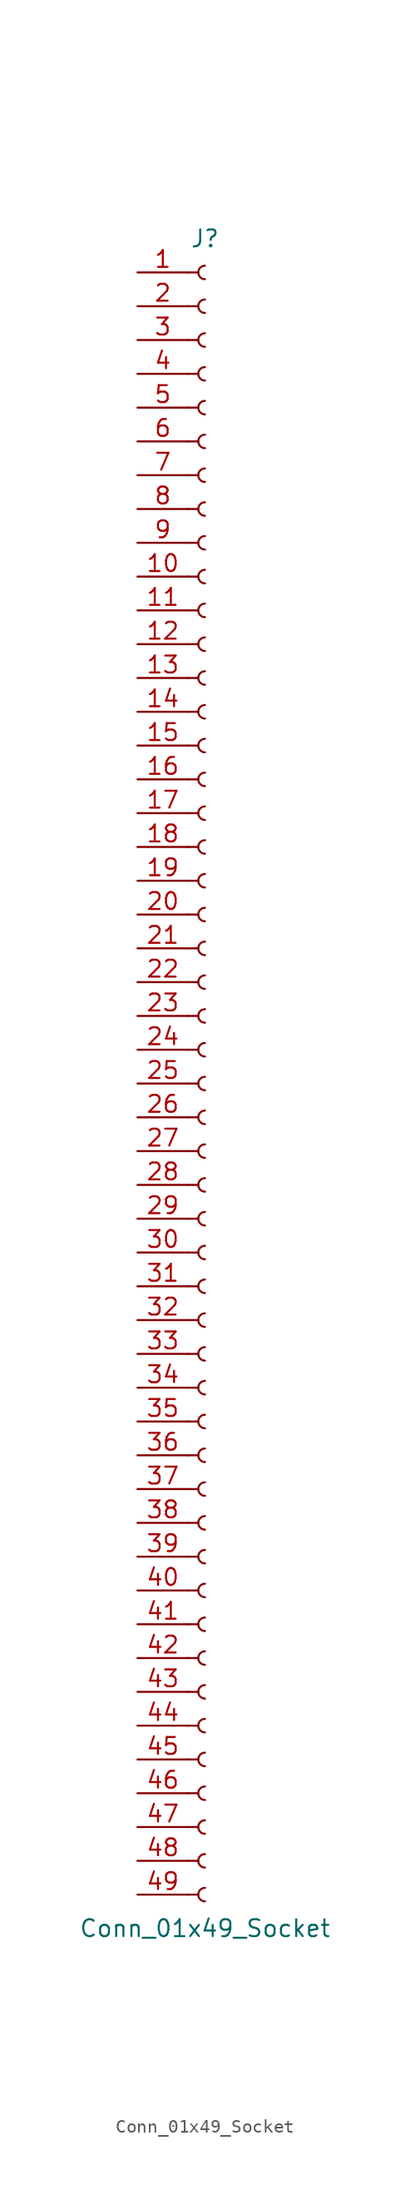
<source format=kicad_sym>
(kicad_symbol_lib
  (version 20220914)
  (generator kicad_symbol_editor)
  (symbol "Conn_01x49_Socket"
    (pin_names
      (offset 1.016) hide)
    (property "Reference" "J"
      (at 0 63.5 0)
      (effects (font (size 1.27 1.27))))
    (property "Value" "Conn_01x49_Socket"
      (at 0 -63.5 0)
      (effects (font (size 1.27 1.27))))
    (property "ki_locked" ""
      (at 0 0 0)
      (effects (font (size 1.27 1.27))))
    (symbol "Conn_01x49_Socket_1_1"
      (arc (start 0 -60.452) (mid -0.5058 -60.96) (end 0 -61.468) (stroke (width 0.1524) (type default)) (fill (type none)))
      (arc (start 0 -57.912) (mid -0.5058 -58.42) (end 0 -58.928) (stroke (width 0.1524) (type default)) (fill (type none)))
      (arc (start 0 -55.372) (mid -0.5058 -55.88) (end 0 -56.388) (stroke (width 0.1524) (type default)) (fill (type none)))
      (arc (start 0 -52.832) (mid -0.5058 -53.34) (end 0 -53.848) (stroke (width 0.1524) (type default)) (fill (type none)))
      (arc (start 0 -50.292) (mid -0.5058 -50.8) (end 0 -51.308) (stroke (width 0.1524) (type default)) (fill (type none)))
      (arc (start 0 -47.752) (mid -0.5058 -48.26) (end 0 -48.768) (stroke (width 0.1524) (type default)) (fill (type none)))
      (arc (start 0 -45.212) (mid -0.5058 -45.72) (end 0 -46.228) (stroke (width 0.1524) (type default)) (fill (type none)))
      (arc (start 0 -42.672) (mid -0.5058 -43.18) (end 0 -43.688) (stroke (width 0.1524) (type default)) (fill (type none)))
      (arc (start 0 -40.132) (mid -0.5058 -40.64) (end 0 -41.148) (stroke (width 0.1524) (type default)) (fill (type none)))
      (arc (start 0 -37.592) (mid -0.5058 -38.1) (end 0 -38.608) (stroke (width 0.1524) (type default)) (fill (type none)))
      (arc (start 0 -35.052) (mid -0.5058 -35.56) (end 0 -36.068) (stroke (width 0.1524) (type default)) (fill (type none)))
      (arc (start 0 -32.512) (mid -0.5058 -33.02) (end 0 -33.528) (stroke (width 0.1524) (type default)) (fill (type none)))
      (arc (start 0 -29.972) (mid -0.5058 -30.48) (end 0 -30.988) (stroke (width 0.1524) (type default)) (fill (type none)))
      (arc (start 0 -27.432) (mid -0.5058 -27.94) (end 0 -28.448) (stroke (width 0.1524) (type default)) (fill (type none)))
      (arc (start 0 -24.892) (mid -0.5058 -25.4) (end 0 -25.908) (stroke (width 0.1524) (type default)) (fill (type none)))
      (arc (start 0 -22.352) (mid -0.5058 -22.86) (end 0 -23.368) (stroke (width 0.1524) (type default)) (fill (type none)))
      (arc (start 0 -19.812) (mid -0.5058 -20.32) (end 0 -20.828) (stroke (width 0.1524) (type default)) (fill (type none)))
      (arc (start 0 -17.272) (mid -0.5058 -17.78) (end 0 -18.288) (stroke (width 0.1524) (type default)) (fill (type none)))
      (arc (start 0 -14.732) (mid -0.5058 -15.24) (end 0 -15.748) (stroke (width 0.1524) (type default)) (fill (type none)))
      (arc (start 0 -12.192) (mid -0.5058 -12.7) (end 0 -13.208) (stroke (width 0.1524) (type default)) (fill (type none)))
      (arc (start 0 -9.652) (mid -0.5058 -10.16) (end 0 -10.668) (stroke (width 0.1524) (type default)) (fill (type none)))
      (arc (start 0 -7.112) (mid -0.5058 -7.62) (end 0 -8.128) (stroke (width 0.1524) (type default)) (fill (type none)))
      (arc (start 0 -4.572) (mid -0.5058 -5.08) (end 0 -5.588) (stroke (width 0.1524) (type default)) (fill (type none)))
      (arc (start 0 -2.032) (mid -0.5058 -2.54) (end 0 -3.048) (stroke (width 0.1524) (type default)) (fill (type none)))
      (polyline (pts (xy -1.27 -60.96) (xy -0.508 -60.96)) (stroke (width 0.152) (type default)) (fill (type none)))
      (polyline (pts (xy -1.27 -58.42) (xy -0.508 -58.42)) (stroke (width 0.152) (type default)) (fill (type none)))
      (polyline (pts (xy -1.27 -55.88) (xy -0.508 -55.88)) (stroke (width 0.152) (type default)) (fill (type none)))
      (polyline (pts (xy -1.27 -53.34) (xy -0.508 -53.34)) (stroke (width 0.152) (type default)) (fill (type none)))
      (polyline (pts (xy -1.27 -50.8) (xy -0.508 -50.8)) (stroke (width 0.152) (type default)) (fill (type none)))
      (polyline (pts (xy -1.27 -48.26) (xy -0.508 -48.26)) (stroke (width 0.152) (type default)) (fill (type none)))
      (polyline (pts (xy -1.27 -45.72) (xy -0.508 -45.72)) (stroke (width 0.152) (type default)) (fill (type none)))
      (polyline (pts (xy -1.27 -43.18) (xy -0.508 -43.18)) (stroke (width 0.152) (type default)) (fill (type none)))
      (polyline (pts (xy -1.27 -40.64) (xy -0.508 -40.64)) (stroke (width 0.152) (type default)) (fill (type none)))
      (polyline (pts (xy -1.27 -38.1) (xy -0.508 -38.1)) (stroke (width 0.152) (type default)) (fill (type none)))
      (polyline (pts (xy -1.27 -35.56) (xy -0.508 -35.56)) (stroke (width 0.152) (type default)) (fill (type none)))
      (polyline (pts (xy -1.27 -33.02) (xy -0.508 -33.02)) (stroke (width 0.152) (type default)) (fill (type none)))
      (polyline (pts (xy -1.27 -30.48) (xy -0.508 -30.48)) (stroke (width 0.152) (type default)) (fill (type none)))
      (polyline (pts (xy -1.27 -27.94) (xy -0.508 -27.94)) (stroke (width 0.152) (type default)) (fill (type none)))
      (polyline (pts (xy -1.27 -25.4) (xy -0.508 -25.4)) (stroke (width 0.152) (type default)) (fill (type none)))
      (polyline (pts (xy -1.27 -22.86) (xy -0.508 -22.86)) (stroke (width 0.152) (type default)) (fill (type none)))
      (polyline (pts (xy -1.27 -20.32) (xy -0.508 -20.32)) (stroke (width 0.152) (type default)) (fill (type none)))
      (polyline (pts (xy -1.27 -17.78) (xy -0.508 -17.78)) (stroke (width 0.152) (type default)) (fill (type none)))
      (polyline (pts (xy -1.27 -15.24) (xy -0.508 -15.24)) (stroke (width 0.152) (type default)) (fill (type none)))
      (polyline (pts (xy -1.27 -12.7) (xy -0.508 -12.7)) (stroke (width 0.152) (type default)) (fill (type none)))
      (polyline (pts (xy -1.27 -10.16) (xy -0.508 -10.16)) (stroke (width 0.152) (type default)) (fill (type none)))
      (polyline (pts (xy -1.27 -7.62) (xy -0.508 -7.62)) (stroke (width 0.152) (type default)) (fill (type none)))
      (polyline (pts (xy -1.27 -5.08) (xy -0.508 -5.08)) (stroke (width 0.152) (type default)) (fill (type none)))
      (polyline (pts (xy -1.27 -2.54) (xy -0.508 -2.54)) (stroke (width 0.152) (type default)) (fill (type none)))
      (polyline (pts (xy -1.27 0) (xy -0.508 0)) (stroke (width 0.152) (type default)) (fill (type none)))
      (polyline (pts (xy -1.27 2.54) (xy -0.508 2.54)) (stroke (width 0.152) (type default)) (fill (type none)))
      (polyline (pts (xy -1.27 5.08) (xy -0.508 5.08)) (stroke (width 0.152) (type default)) (fill (type none)))
      (polyline (pts (xy -1.27 7.62) (xy -0.508 7.62)) (stroke (width 0.152) (type default)) (fill (type none)))
      (polyline (pts (xy -1.27 10.16) (xy -0.508 10.16)) (stroke (width 0.152) (type default)) (fill (type none)))
      (polyline (pts (xy -1.27 12.7) (xy -0.508 12.7)) (stroke (width 0.152) (type default)) (fill (type none)))
      (polyline (pts (xy -1.27 15.24) (xy -0.508 15.24)) (stroke (width 0.152) (type default)) (fill (type none)))
      (polyline (pts (xy -1.27 17.78) (xy -0.508 17.78)) (stroke (width 0.152) (type default)) (fill (type none)))
      (polyline (pts (xy -1.27 20.32) (xy -0.508 20.32)) (stroke (width 0.152) (type default)) (fill (type none)))
      (polyline (pts (xy -1.27 22.86) (xy -0.508 22.86)) (stroke (width 0.152) (type default)) (fill (type none)))
      (polyline (pts (xy -1.27 25.4) (xy -0.508 25.4)) (stroke (width 0.152) (type default)) (fill (type none)))
      (polyline (pts (xy -1.27 27.94) (xy -0.508 27.94)) (stroke (width 0.152) (type default)) (fill (type none)))
      (polyline (pts (xy -1.27 30.48) (xy -0.508 30.48)) (stroke (width 0.152) (type default)) (fill (type none)))
      (polyline (pts (xy -1.27 33.02) (xy -0.508 33.02)) (stroke (width 0.152) (type default)) (fill (type none)))
      (polyline (pts (xy -1.27 35.56) (xy -0.508 35.56)) (stroke (width 0.152) (type default)) (fill (type none)))
      (polyline (pts (xy -1.27 38.1) (xy -0.508 38.1)) (stroke (width 0.152) (type default)) (fill (type none)))
      (polyline (pts (xy -1.27 40.64) (xy -0.508 40.64)) (stroke (width 0.152) (type default)) (fill (type none)))
      (polyline (pts (xy -1.27 43.18) (xy -0.508 43.18)) (stroke (width 0.152) (type default)) (fill (type none)))
      (polyline (pts (xy -1.27 45.72) (xy -0.508 45.72)) (stroke (width 0.152) (type default)) (fill (type none)))
      (polyline (pts (xy -1.27 48.26) (xy -0.508 48.26)) (stroke (width 0.152) (type default)) (fill (type none)))
      (polyline (pts (xy -1.27 50.8) (xy -0.508 50.8)) (stroke (width 0.152) (type default)) (fill (type none)))
      (polyline (pts (xy -1.27 53.34) (xy -0.508 53.34)) (stroke (width 0.152) (type default)) (fill (type none)))
      (polyline (pts (xy -1.27 55.88) (xy -0.508 55.88)) (stroke (width 0.152) (type default)) (fill (type none)))
      (polyline (pts (xy -1.27 58.42) (xy -0.508 58.42)) (stroke (width 0.152) (type default)) (fill (type none)))
      (polyline (pts (xy -1.27 60.96) (xy -0.508 60.96)) (stroke (width 0.152) (type default)) (fill (type none)))
      (arc (start 0 0.508) (mid -0.5058 0) (end 0 -0.508) (stroke (width 0.1524) (type default)) (fill (type none)))
      (arc (start 0 3.048) (mid -0.5058 2.54) (end 0 2.032) (stroke (width 0.1524) (type default)) (fill (type none)))
      (arc (start 0 5.588) (mid -0.5058 5.08) (end 0 4.572) (stroke (width 0.1524) (type default)) (fill (type none)))
      (arc (start 0 8.128) (mid -0.5058 7.62) (end 0 7.112) (stroke (width 0.1524) (type default)) (fill (type none)))
      (arc (start 0 10.668) (mid -0.5058 10.16) (end 0 9.652) (stroke (width 0.1524) (type default)) (fill (type none)))
      (arc (start 0 13.208) (mid -0.5058 12.7) (end 0 12.192) (stroke (width 0.1524) (type default)) (fill (type none)))
      (arc (start 0 15.748) (mid -0.5058 15.24) (end 0 14.732) (stroke (width 0.1524) (type default)) (fill (type none)))
      (arc (start 0 18.288) (mid -0.5058 17.78) (end 0 17.272) (stroke (width 0.1524) (type default)) (fill (type none)))
      (arc (start 0 20.828) (mid -0.5058 20.32) (end 0 19.812) (stroke (width 0.1524) (type default)) (fill (type none)))
      (arc (start 0 23.368) (mid -0.5058 22.86) (end 0 22.352) (stroke (width 0.1524) (type default)) (fill (type none)))
      (arc (start 0 25.908) (mid -0.5058 25.4) (end 0 24.892) (stroke (width 0.1524) (type default)) (fill (type none)))
      (arc (start 0 28.448) (mid -0.5058 27.94) (end 0 27.432) (stroke (width 0.1524) (type default)) (fill (type none)))
      (arc (start 0 30.988) (mid -0.5058 30.48) (end 0 29.972) (stroke (width 0.1524) (type default)) (fill (type none)))
      (arc (start 0 33.528) (mid -0.5058 33.02) (end 0 32.512) (stroke (width 0.1524) (type default)) (fill (type none)))
      (arc (start 0 36.068) (mid -0.5058 35.56) (end 0 35.052) (stroke (width 0.1524) (type default)) (fill (type none)))
      (arc (start 0 38.608) (mid -0.5058 38.1) (end 0 37.592) (stroke (width 0.1524) (type default)) (fill (type none)))
      (arc (start 0 41.148) (mid -0.5058 40.64) (end 0 40.132) (stroke (width 0.1524) (type default)) (fill (type none)))
      (arc (start 0 43.688) (mid -0.5058 43.18) (end 0 42.672) (stroke (width 0.1524) (type default)) (fill (type none)))
      (arc (start 0 46.228) (mid -0.5058 45.72) (end 0 45.212) (stroke (width 0.1524) (type default)) (fill (type none)))
      (arc (start 0 48.768) (mid -0.5058 48.26) (end 0 47.752) (stroke (width 0.1524) (type default)) (fill (type none)))
      (arc (start 0 51.308) (mid -0.5058 50.8) (end 0 50.292) (stroke (width 0.1524) (type default)) (fill (type none)))
      (arc (start 0 53.848) (mid -0.5058 53.34) (end 0 52.832) (stroke (width 0.1524) (type default)) (fill (type none)))
      (arc (start 0 56.388) (mid -0.5058 55.88) (end 0 55.372) (stroke (width 0.1524) (type default)) (fill (type none)))
      (arc (start 0 58.928) (mid -0.5058 58.42) (end 0 57.912) (stroke (width 0.1524) (type default)) (fill (type none)))
      (arc (start 0 61.468) (mid -0.5058 60.96) (end 0 60.452) (stroke (width 0.1524) (type default)) (fill (type none)))
      (pin passive line (at -5.08 60.96 0) (length 3.81) (name "Pin_1" (effects (font (size 1.27 1.27)))) (number "1" (effects (font (size 1.27 1.27)))))
      (pin passive line (at -5.08 38.1 0) (length 3.81) (name "Pin_10" (effects (font (size 1.27 1.27)))) (number "10" (effects (font (size 1.27 1.27)))))
      (pin passive line (at -5.08 35.56 0) (length 3.81) (name "Pin_11" (effects (font (size 1.27 1.27)))) (number "11" (effects (font (size 1.27 1.27)))))
      (pin passive line (at -5.08 33.02 0) (length 3.81) (name "Pin_12" (effects (font (size 1.27 1.27)))) (number "12" (effects (font (size 1.27 1.27)))))
      (pin passive line (at -5.08 30.48 0) (length 3.81) (name "Pin_13" (effects (font (size 1.27 1.27)))) (number "13" (effects (font (size 1.27 1.27)))))
      (pin passive line (at -5.08 27.94 0) (length 3.81) (name "Pin_14" (effects (font (size 1.27 1.27)))) (number "14" (effects (font (size 1.27 1.27)))))
      (pin passive line (at -5.08 25.4 0) (length 3.81) (name "Pin_15" (effects (font (size 1.27 1.27)))) (number "15" (effects (font (size 1.27 1.27)))))
      (pin passive line (at -5.08 22.86 0) (length 3.81) (name "Pin_16" (effects (font (size 1.27 1.27)))) (number "16" (effects (font (size 1.27 1.27)))))
      (pin passive line (at -5.08 20.32 0) (length 3.81) (name "Pin_17" (effects (font (size 1.27 1.27)))) (number "17" (effects (font (size 1.27 1.27)))))
      (pin passive line (at -5.08 17.78 0) (length 3.81) (name "Pin_18" (effects (font (size 1.27 1.27)))) (number "18" (effects (font (size 1.27 1.27)))))
      (pin passive line (at -5.08 15.24 0) (length 3.81) (name "Pin_19" (effects (font (size 1.27 1.27)))) (number "19" (effects (font (size 1.27 1.27)))))
      (pin passive line (at -5.08 58.42 0) (length 3.81) (name "Pin_2" (effects (font (size 1.27 1.27)))) (number "2" (effects (font (size 1.27 1.27)))))
      (pin passive line (at -5.08 12.7 0) (length 3.81) (name "Pin_20" (effects (font (size 1.27 1.27)))) (number "20" (effects (font (size 1.27 1.27)))))
      (pin passive line (at -5.08 10.16 0) (length 3.81) (name "Pin_21" (effects (font (size 1.27 1.27)))) (number "21" (effects (font (size 1.27 1.27)))))
      (pin passive line (at -5.08 7.62 0) (length 3.81) (name "Pin_22" (effects (font (size 1.27 1.27)))) (number "22" (effects (font (size 1.27 1.27)))))
      (pin passive line (at -5.08 5.08 0) (length 3.81) (name "Pin_23" (effects (font (size 1.27 1.27)))) (number "23" (effects (font (size 1.27 1.27)))))
      (pin passive line (at -5.08 2.54 0) (length 3.81) (name "Pin_24" (effects (font (size 1.27 1.27)))) (number "24" (effects (font (size 1.27 1.27)))))
      (pin passive line (at -5.08 0 0) (length 3.81) (name "Pin_25" (effects (font (size 1.27 1.27)))) (number "25" (effects (font (size 1.27 1.27)))))
      (pin passive line (at -5.08 -2.54 0) (length 3.81) (name "Pin_26" (effects (font (size 1.27 1.27)))) (number "26" (effects (font (size 1.27 1.27)))))
      (pin passive line (at -5.08 -5.08 0) (length 3.81) (name "Pin_27" (effects (font (size 1.27 1.27)))) (number "27" (effects (font (size 1.27 1.27)))))
      (pin passive line (at -5.08 -7.62 0) (length 3.81) (name "Pin_28" (effects (font (size 1.27 1.27)))) (number "28" (effects (font (size 1.27 1.27)))))
      (pin passive line (at -5.08 -10.16 0) (length 3.81) (name "Pin_29" (effects (font (size 1.27 1.27)))) (number "29" (effects (font (size 1.27 1.27)))))
      (pin passive line (at -5.08 55.88 0) (length 3.81) (name "Pin_3" (effects (font (size 1.27 1.27)))) (number "3" (effects (font (size 1.27 1.27)))))
      (pin passive line (at -5.08 -12.7 0) (length 3.81) (name "Pin_30" (effects (font (size 1.27 1.27)))) (number "30" (effects (font (size 1.27 1.27)))))
      (pin passive line (at -5.08 -15.24 0) (length 3.81) (name "Pin_31" (effects (font (size 1.27 1.27)))) (number "31" (effects (font (size 1.27 1.27)))))
      (pin passive line (at -5.08 -17.78 0) (length 3.81) (name "Pin_32" (effects (font (size 1.27 1.27)))) (number "32" (effects (font (size 1.27 1.27)))))
      (pin passive line (at -5.08 -20.32 0) (length 3.81) (name "Pin_33" (effects (font (size 1.27 1.27)))) (number "33" (effects (font (size 1.27 1.27)))))
      (pin passive line (at -5.08 -22.86 0) (length 3.81) (name "Pin_34" (effects (font (size 1.27 1.27)))) (number "34" (effects (font (size 1.27 1.27)))))
      (pin passive line (at -5.08 -25.4 0) (length 3.81) (name "Pin_35" (effects (font (size 1.27 1.27)))) (number "35" (effects (font (size 1.27 1.27)))))
      (pin passive line (at -5.08 -27.94 0) (length 3.81) (name "Pin_36" (effects (font (size 1.27 1.27)))) (number "36" (effects (font (size 1.27 1.27)))))
      (pin passive line (at -5.08 -30.48 0) (length 3.81) (name "Pin_37" (effects (font (size 1.27 1.27)))) (number "37" (effects (font (size 1.27 1.27)))))
      (pin passive line (at -5.08 -33.02 0) (length 3.81) (name "Pin_38" (effects (font (size 1.27 1.27)))) (number "38" (effects (font (size 1.27 1.27)))))
      (pin passive line (at -5.08 -35.56 0) (length 3.81) (name "Pin_39" (effects (font (size 1.27 1.27)))) (number "39" (effects (font (size 1.27 1.27)))))
      (pin passive line (at -5.08 53.34 0) (length 3.81) (name "Pin_4" (effects (font (size 1.27 1.27)))) (number "4" (effects (font (size 1.27 1.27)))))
      (pin passive line (at -5.08 -38.1 0) (length 3.81) (name "Pin_40" (effects (font (size 1.27 1.27)))) (number "40" (effects (font (size 1.27 1.27)))))
      (pin passive line (at -5.08 -40.64 0) (length 3.81) (name "Pin_41" (effects (font (size 1.27 1.27)))) (number "41" (effects (font (size 1.27 1.27)))))
      (pin passive line (at -5.08 -43.18 0) (length 3.81) (name "Pin_42" (effects (font (size 1.27 1.27)))) (number "42" (effects (font (size 1.27 1.27)))))
      (pin passive line (at -5.08 -45.72 0) (length 3.81) (name "Pin_43" (effects (font (size 1.27 1.27)))) (number "43" (effects (font (size 1.27 1.27)))))
      (pin passive line (at -5.08 -48.26 0) (length 3.81) (name "Pin_44" (effects (font (size 1.27 1.27)))) (number "44" (effects (font (size 1.27 1.27)))))
      (pin passive line (at -5.08 -50.8 0) (length 3.81) (name "Pin_45" (effects (font (size 1.27 1.27)))) (number "45" (effects (font (size 1.27 1.27)))))
      (pin passive line (at -5.08 -53.34 0) (length 3.81) (name "Pin_46" (effects (font (size 1.27 1.27)))) (number "46" (effects (font (size 1.27 1.27)))))
      (pin passive line (at -5.08 -55.88 0) (length 3.81) (name "Pin_47" (effects (font (size 1.27 1.27)))) (number "47" (effects (font (size 1.27 1.27)))))
      (pin passive line (at -5.08 -58.42 0) (length 3.81) (name "Pin_48" (effects (font (size 1.27 1.27)))) (number "48" (effects (font (size 1.27 1.27)))))
      (pin passive line (at -5.08 -60.96 0) (length 3.81) (name "Pin_49" (effects (font (size 1.27 1.27)))) (number "49" (effects (font (size 1.27 1.27)))))
      (pin passive line (at -5.08 50.8 0) (length 3.81) (name "Pin_5" (effects (font (size 1.27 1.27)))) (number "5" (effects (font (size 1.27 1.27)))))
      (pin passive line (at -5.08 48.26 0) (length 3.81) (name "Pin_6" (effects (font (size 1.27 1.27)))) (number "6" (effects (font (size 1.27 1.27)))))
      (pin passive line (at -5.08 45.72 0) (length 3.81) (name "Pin_7" (effects (font (size 1.27 1.27)))) (number "7" (effects (font (size 1.27 1.27)))))
      (pin passive line (at -5.08 43.18 0) (length 3.81) (name "Pin_8" (effects (font (size 1.27 1.27)))) (number "8" (effects (font (size 1.27 1.27)))))
      (pin passive line (at -5.08 40.64 0) (length 3.81) (name "Pin_9" (effects (font (size 1.27 1.27)))) (number "9" (effects (font (size 1.27 1.27))))))))
</source>
